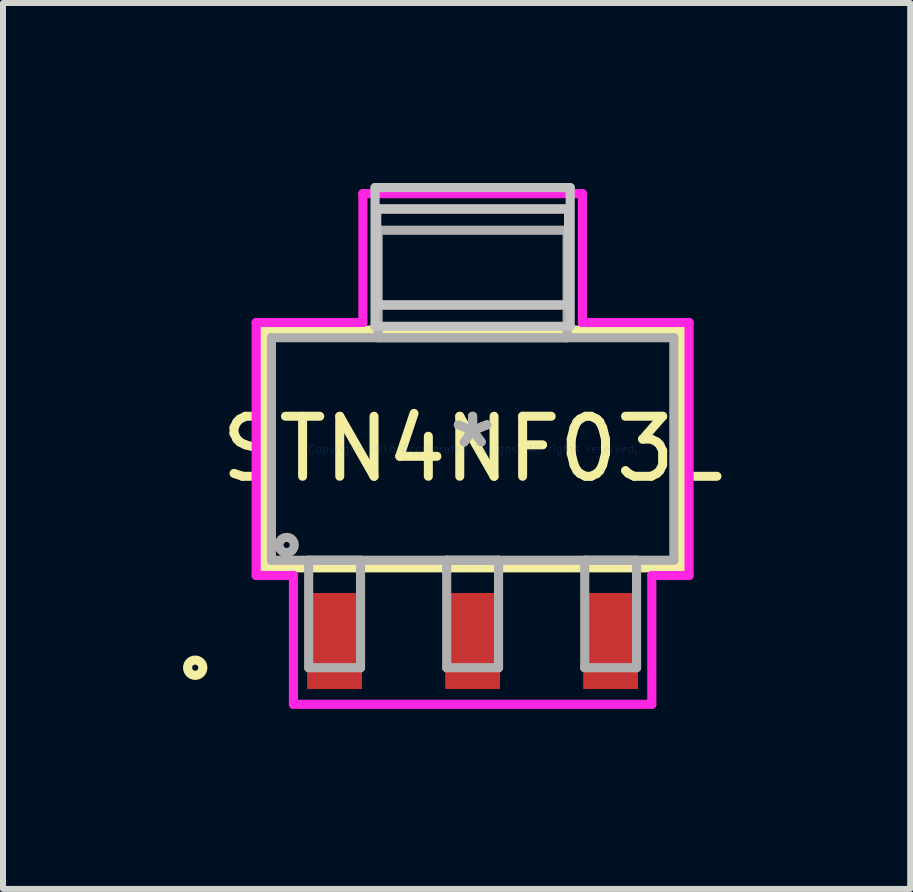
<source format=kicad_pcb>
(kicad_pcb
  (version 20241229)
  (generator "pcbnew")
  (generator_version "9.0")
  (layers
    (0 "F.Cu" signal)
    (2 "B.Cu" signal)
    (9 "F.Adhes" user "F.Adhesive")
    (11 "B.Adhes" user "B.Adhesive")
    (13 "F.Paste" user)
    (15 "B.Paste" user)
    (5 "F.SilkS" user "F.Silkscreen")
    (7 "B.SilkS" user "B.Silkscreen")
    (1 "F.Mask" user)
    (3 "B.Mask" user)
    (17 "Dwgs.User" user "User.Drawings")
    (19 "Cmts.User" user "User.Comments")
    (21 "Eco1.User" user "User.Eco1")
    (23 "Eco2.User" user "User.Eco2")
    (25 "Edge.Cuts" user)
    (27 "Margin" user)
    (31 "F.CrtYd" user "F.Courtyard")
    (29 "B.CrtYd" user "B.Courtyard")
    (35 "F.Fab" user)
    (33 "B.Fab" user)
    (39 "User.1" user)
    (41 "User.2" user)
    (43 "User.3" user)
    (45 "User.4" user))
  (footprint "STN4NF03L"
    (layer "F.Cu")
    (at 4.826 4.432)
    (property "Reference" "STN4NF03L" (at 0 0 0) (layer "F.SilkS") (effects (font (size 1 1) (thickness 0.15))))
    (attr through_hole)
    (fp_line (start -3.48 -1.981) (end -3.48 1.981) (stroke (width 0.152) (type solid)) (layer "F.SilkS"))
    (fp_line (start -3.48 1.981) (end 3.48 1.981) (stroke (width 0.152) (type solid)) (layer "F.SilkS"))
    (fp_line (start 3.48 -1.981) (end -3.48 -1.981) (stroke (width 0.152) (type solid)) (layer "F.SilkS"))
    (fp_line (start 3.48 1.981) (end 3.48 -1.981) (stroke (width 0.152) (type solid)) (layer "F.SilkS"))
    (fp_circle (center -4.623 3.645) (end -4.496 3.645) (stroke (width 0.152) (type solid)) (fill no) (layer "F.SilkS"))
    (fp_line (start -1.626 -4.356) (end -1.626 -2.045) (stroke (width 0.152) (type solid)) (layer "Dwgs.User"))
    (fp_line (start -1.626 -2.045) (end 1.626 -2.045) (stroke (width 0.152) (type solid)) (layer "Dwgs.User"))
    (fp_line (start -1.6 -4) (end -1.6 -2.4) (stroke (width 0.152) (type solid)) (layer "Dwgs.User"))
    (fp_line (start -1.6 -4) (end -1.6 -2.4) (stroke (width 0.152) (type solid)) (layer "Dwgs.User"))
    (fp_line (start -1.6 -2.4) (end 1.6 -2.4) (stroke (width 0.152) (type solid)) (layer "Dwgs.User"))
    (fp_line (start -1.6 -2.4) (end 1.6 -2.4) (stroke (width 0.152) (type solid)) (layer "Dwgs.User"))
    (fp_line (start 1.6 -4) (end -1.6 -4) (stroke (width 0.152) (type solid)) (layer "Dwgs.User"))
    (fp_line (start 1.6 -4) (end -1.6 -4) (stroke (width 0.152) (type solid)) (layer "Dwgs.User"))
    (fp_line (start 1.6 -2.4) (end 1.6 -4) (stroke (width 0.152) (type solid)) (layer "Dwgs.User"))
    (fp_line (start 1.6 -2.4) (end 1.6 -4) (stroke (width 0.152) (type solid)) (layer "Dwgs.User"))
    (fp_line (start 1.626 -4.356) (end -1.626 -4.356) (stroke (width 0.152) (type solid)) (layer "Dwgs.User"))
    (fp_line (start 1.626 -2.045) (end 1.626 -4.356) (stroke (width 0.152) (type solid)) (layer "Dwgs.User"))
    (fp_line (start -3.607 -2.108) (end -1.829 -2.108) (stroke (width 0.152) (type solid)) (layer "F.CrtYd"))
    (fp_line (start -3.607 2.108) (end -3.607 -2.108) (stroke (width 0.152) (type solid)) (layer "F.CrtYd"))
    (fp_line (start -2.986 2.108) (end -3.607 2.108) (stroke (width 0.152) (type solid)) (layer "F.CrtYd"))
    (fp_line (start -2.986 4.255) (end -2.986 2.108) (stroke (width 0.152) (type solid)) (layer "F.CrtYd"))
    (fp_line (start -1.829 -4.255) (end 1.829 -4.255) (stroke (width 0.152) (type solid)) (layer "F.CrtYd"))
    (fp_line (start -1.829 -2.108) (end -1.829 -4.255) (stroke (width 0.152) (type solid)) (layer "F.CrtYd"))
    (fp_line (start 1.829 -4.255) (end 1.829 -2.108) (stroke (width 0.152) (type solid)) (layer "F.CrtYd"))
    (fp_line (start 1.829 -2.108) (end 3.607 -2.108) (stroke (width 0.152) (type solid)) (layer "F.CrtYd"))
    (fp_line (start 2.986 2.108) (end 2.986 4.255) (stroke (width 0.152) (type solid)) (layer "F.CrtYd"))
    (fp_line (start 2.986 4.255) (end -2.986 4.255) (stroke (width 0.152) (type solid)) (layer "F.CrtYd"))
    (fp_line (start 3.607 -2.108) (end 3.607 2.108) (stroke (width 0.152) (type solid)) (layer "F.CrtYd"))
    (fp_line (start 3.607 2.108) (end 2.986 2.108) (stroke (width 0.152) (type solid)) (layer "F.CrtYd"))
    (fp_line (start -3.353 -1.854) (end -3.353 1.854) (stroke (width 0.152) (type solid)) (layer "F.Fab"))
    (fp_line (start -3.353 1.854) (end 3.353 1.854) (stroke (width 0.152) (type solid)) (layer "F.Fab"))
    (fp_line (start -2.732 1.854) (end -2.732 3.645) (stroke (width 0.152) (type solid)) (layer "F.Fab"))
    (fp_line (start -2.732 3.645) (end -1.868 3.645) (stroke (width 0.152) (type solid)) (layer "F.Fab"))
    (fp_line (start -1.868 1.854) (end -2.732 1.854) (stroke (width 0.152) (type solid)) (layer "F.Fab"))
    (fp_line (start -1.868 3.645) (end -1.868 1.854) (stroke (width 0.152) (type solid)) (layer "F.Fab"))
    (fp_line (start -1.575 -3.645) (end -1.575 -1.854) (stroke (width 0.152) (type solid)) (layer "F.Fab"))
    (fp_line (start -1.575 -1.854) (end 1.575 -1.854) (stroke (width 0.152) (type solid)) (layer "F.Fab"))
    (fp_line (start -0.432 1.854) (end -0.432 3.645) (stroke (width 0.152) (type solid)) (layer "F.Fab"))
    (fp_line (start -0.432 3.645) (end 0.432 3.645) (stroke (width 0.152) (type solid)) (layer "F.Fab"))
    (fp_line (start 0.432 1.854) (end -0.432 1.854) (stroke (width 0.152) (type solid)) (layer "F.Fab"))
    (fp_line (start 0.432 3.645) (end 0.432 1.854) (stroke (width 0.152) (type solid)) (layer "F.Fab"))
    (fp_line (start 1.575 -3.645) (end -1.575 -3.645) (stroke (width 0.152) (type solid)) (layer "F.Fab"))
    (fp_line (start 1.575 -1.854) (end 1.575 -3.645) (stroke (width 0.152) (type solid)) (layer "F.Fab"))
    (fp_line (start 1.868 1.854) (end 1.868 3.645) (stroke (width 0.152) (type solid)) (layer "F.Fab"))
    (fp_line (start 1.868 3.645) (end 2.732 3.645) (stroke (width 0.152) (type solid)) (layer "F.Fab"))
    (fp_line (start 2.732 1.854) (end 1.868 1.854) (stroke (width 0.152) (type solid)) (layer "F.Fab"))
    (fp_line (start 2.732 3.645) (end 2.732 1.854) (stroke (width 0.152) (type solid)) (layer "F.Fab"))
    (fp_line (start 3.353 -1.854) (end -3.353 -1.854) (stroke (width 0.152) (type solid)) (layer "F.Fab"))
    (fp_line (start 3.353 1.854) (end 3.353 -1.854) (stroke (width 0.152) (type solid)) (layer "F.Fab"))
    (fp_circle (center -3.099 1.6) (end -2.972 1.6) (stroke (width 0.152) (type solid)) (fill no) (layer "F.Fab"))
    (fp_text user "*" (at 0 0 0) (layer "F.SilkS") (effects (font (size 1 1) (thickness 0.15))))
    (fp_text user "Copyright 2016 Accelerated Designs. All rights reserved." (at 0 0 0) (layer "Cmts.User") (effects (font (size 0.127 0.127) (thickness 0.002))))
    (fp_text user "*" (at 0 0 0) (layer "F.Fab") (effects (font (size 1 1) (thickness 0.15))))
    (pad "1" smd rect (at -2.3 3.2) (size 0.914 1.6) (layers "F.Cu" "F.Mask" "F.Paste"))
    (pad "2" smd rect (at 0 3.2) (size 0.914 1.6) (layers "F.Cu" "F.Mask" "F.Paste"))
    (pad "3" smd rect (at 2.3 3.2) (size 0.914 1.6) (layers "F.Cu" "F.Mask" "F.Paste")))
  (gr_rect
    (start -3 -3)
    (end 12.118 11.763)
    (stroke (width 0.1) (type default))
    (fill no)
    (layer "Edge.Cuts")))
</source>
